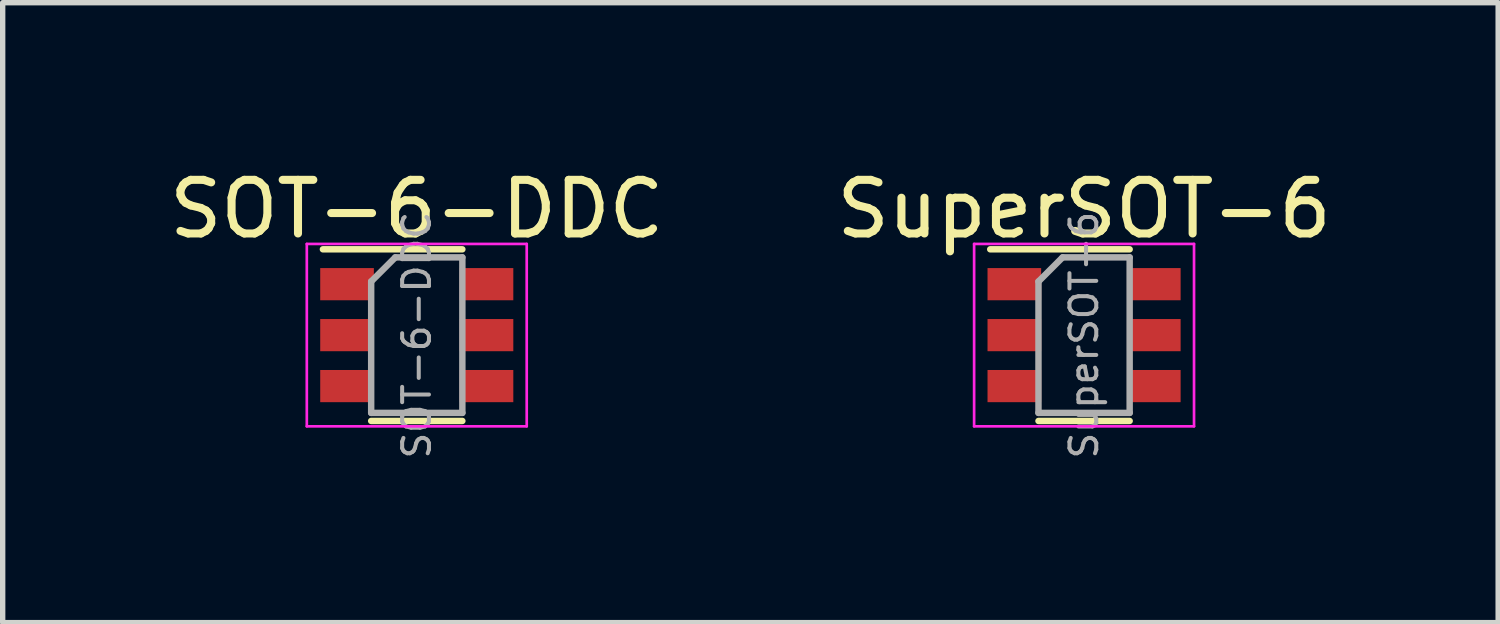
<source format=kicad_pcb>
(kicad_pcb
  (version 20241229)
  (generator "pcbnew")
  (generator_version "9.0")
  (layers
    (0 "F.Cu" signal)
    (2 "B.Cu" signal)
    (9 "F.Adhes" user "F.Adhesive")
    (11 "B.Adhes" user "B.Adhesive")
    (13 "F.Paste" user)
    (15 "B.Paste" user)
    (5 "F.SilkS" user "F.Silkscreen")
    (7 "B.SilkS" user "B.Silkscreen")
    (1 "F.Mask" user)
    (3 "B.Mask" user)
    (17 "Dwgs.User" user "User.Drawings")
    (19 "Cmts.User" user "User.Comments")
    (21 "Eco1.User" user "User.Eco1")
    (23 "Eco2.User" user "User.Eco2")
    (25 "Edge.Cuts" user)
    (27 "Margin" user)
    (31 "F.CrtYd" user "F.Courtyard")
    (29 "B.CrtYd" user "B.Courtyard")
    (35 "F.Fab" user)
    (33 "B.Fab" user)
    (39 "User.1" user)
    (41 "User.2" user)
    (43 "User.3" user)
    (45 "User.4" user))
  (footprint "SuperSOT-6"
    (layer "F.Cu")
    (at 17.161 3.198)
    (property "Reference" "SuperSOT-6" (at 0 -2.35 0) (layer "F.SilkS") (effects (font (size 1 1) (thickness 0.15))))
    (attr smd)
    (fp_line (start 0.85 -1.6) (end -1.75 -1.6) (stroke (width 0.12) (type solid)) (layer "F.SilkS"))
    (fp_line (start 0.85 1.6) (end -0.85 1.6) (stroke (width 0.12) (type solid)) (layer "F.SilkS"))
    (fp_line (start -2.05 -1.7) (end -2.05 1.7) (stroke (width 0.05) (type solid)) (layer "F.CrtYd"))
    (fp_line (start -2.05 -1.7) (end 2.05 -1.7) (stroke (width 0.05) (type solid)) (layer "F.CrtYd"))
    (fp_line (start 2.05 1.7) (end -2.05 1.7) (stroke (width 0.05) (type solid)) (layer "F.CrtYd"))
    (fp_line (start 2.05 1.7) (end 2.05 -1.7) (stroke (width 0.05) (type solid)) (layer "F.CrtYd"))
    (fp_line (start -0.85 -1) (end -0.85 1.45) (stroke (width 0.12) (type solid)) (layer "F.Fab"))
    (fp_line (start -0.85 1.45) (end 0.85 1.45) (stroke (width 0.12) (type solid)) (layer "F.Fab"))
    (fp_line (start -0.4 -1.45) (end -0.85 -1) (stroke (width 0.12) (type solid)) (layer "F.Fab"))
    (fp_line (start 0.85 -1.45) (end -0.4 -1.45) (stroke (width 0.12) (type solid)) (layer "F.Fab"))
    (fp_line (start 0.85 1.45) (end 0.85 -1.45) (stroke (width 0.12) (type solid)) (layer "F.Fab"))
    (fp_text user "${REFERENCE}" (at 0 0 90) (layer "F.Fab") (effects (font (size 0.5 0.5) (thickness 0.075))))
    (pad "1" smd rect (at -1.3 -0.95) (size 1 0.6) (layers "F.Cu" "F.Mask" "F.Paste"))
    (pad "2" smd rect (at -1.3 0) (size 1 0.6) (layers "F.Cu" "F.Mask" "F.Paste"))
    (pad "3" smd rect (at -1.3 0.95) (size 1 0.6) (layers "F.Cu" "F.Mask" "F.Paste"))
    (pad "4" smd rect (at 1.3 0.95) (size 1 0.6) (layers "F.Cu" "F.Mask" "F.Paste"))
    (pad "5" smd rect (at 1.3 0) (size 1 0.6) (layers "F.Cu" "F.Mask" "F.Paste"))
    (pad "6" smd rect (at 1.3 -0.95) (size 1 0.6) (layers "F.Cu" "F.Mask" "F.Paste")))
  (footprint "SOT-6-DDC"
    (layer "F.Cu")
    (at 4.72 3.198)
    (property "Reference" "SOT-6-DDC" (at 0 -2.35 0) (layer "F.SilkS") (effects (font (size 1 1) (thickness 0.15))))
    (attr smd)
    (fp_line (start 0.85 -1.6) (end -1.75 -1.6) (stroke (width 0.12) (type solid)) (layer "F.SilkS"))
    (fp_line (start 0.85 1.6) (end -0.85 1.6) (stroke (width 0.12) (type solid)) (layer "F.SilkS"))
    (fp_line (start -2.05 -1.7) (end -2.05 1.7) (stroke (width 0.05) (type solid)) (layer "F.CrtYd"))
    (fp_line (start -2.05 -1.7) (end 2.05 -1.7) (stroke (width 0.05) (type solid)) (layer "F.CrtYd"))
    (fp_line (start 2.05 1.7) (end -2.05 1.7) (stroke (width 0.05) (type solid)) (layer "F.CrtYd"))
    (fp_line (start 2.05 1.7) (end 2.05 -1.7) (stroke (width 0.05) (type solid)) (layer "F.CrtYd"))
    (fp_line (start -0.85 -1) (end -0.85 1.45) (stroke (width 0.12) (type solid)) (layer "F.Fab"))
    (fp_line (start -0.85 1.45) (end 0.85 1.45) (stroke (width 0.12) (type solid)) (layer "F.Fab"))
    (fp_line (start -0.4 -1.45) (end -0.85 -1) (stroke (width 0.12) (type solid)) (layer "F.Fab"))
    (fp_line (start 0.85 -1.45) (end -0.4 -1.45) (stroke (width 0.12) (type solid)) (layer "F.Fab"))
    (fp_line (start 0.85 1.45) (end 0.85 -1.45) (stroke (width 0.12) (type solid)) (layer "F.Fab"))
    (fp_text user "${REFERENCE}" (at 0 0 90) (layer "F.Fab") (effects (font (size 0.5 0.5) (thickness 0.075))))
    (pad "1" smd rect (at -1.3 -0.95) (size 1 0.6) (layers "F.Cu" "F.Mask" "F.Paste"))
    (pad "2" smd rect (at -1.3 0) (size 1 0.6) (layers "F.Cu" "F.Mask" "F.Paste"))
    (pad "3" smd rect (at -1.3 0.95) (size 1 0.6) (layers "F.Cu" "F.Mask" "F.Paste"))
    (pad "4" smd rect (at 1.3 0.95) (size 1 0.6) (layers "F.Cu" "F.Mask" "F.Paste"))
    (pad "5" smd rect (at 1.3 0) (size 1 0.6) (layers "F.Cu" "F.Mask" "F.Paste"))
    (pad "6" smd rect (at 1.3 -0.95) (size 1 0.6) (layers "F.Cu" "F.Mask" "F.Paste")))
  (gr_rect
    (start -3 -3)
    (end 24.881 8.558)
    (stroke (width 0.1) (type default))
    (fill no)
    (layer "Edge.Cuts")))
</source>
